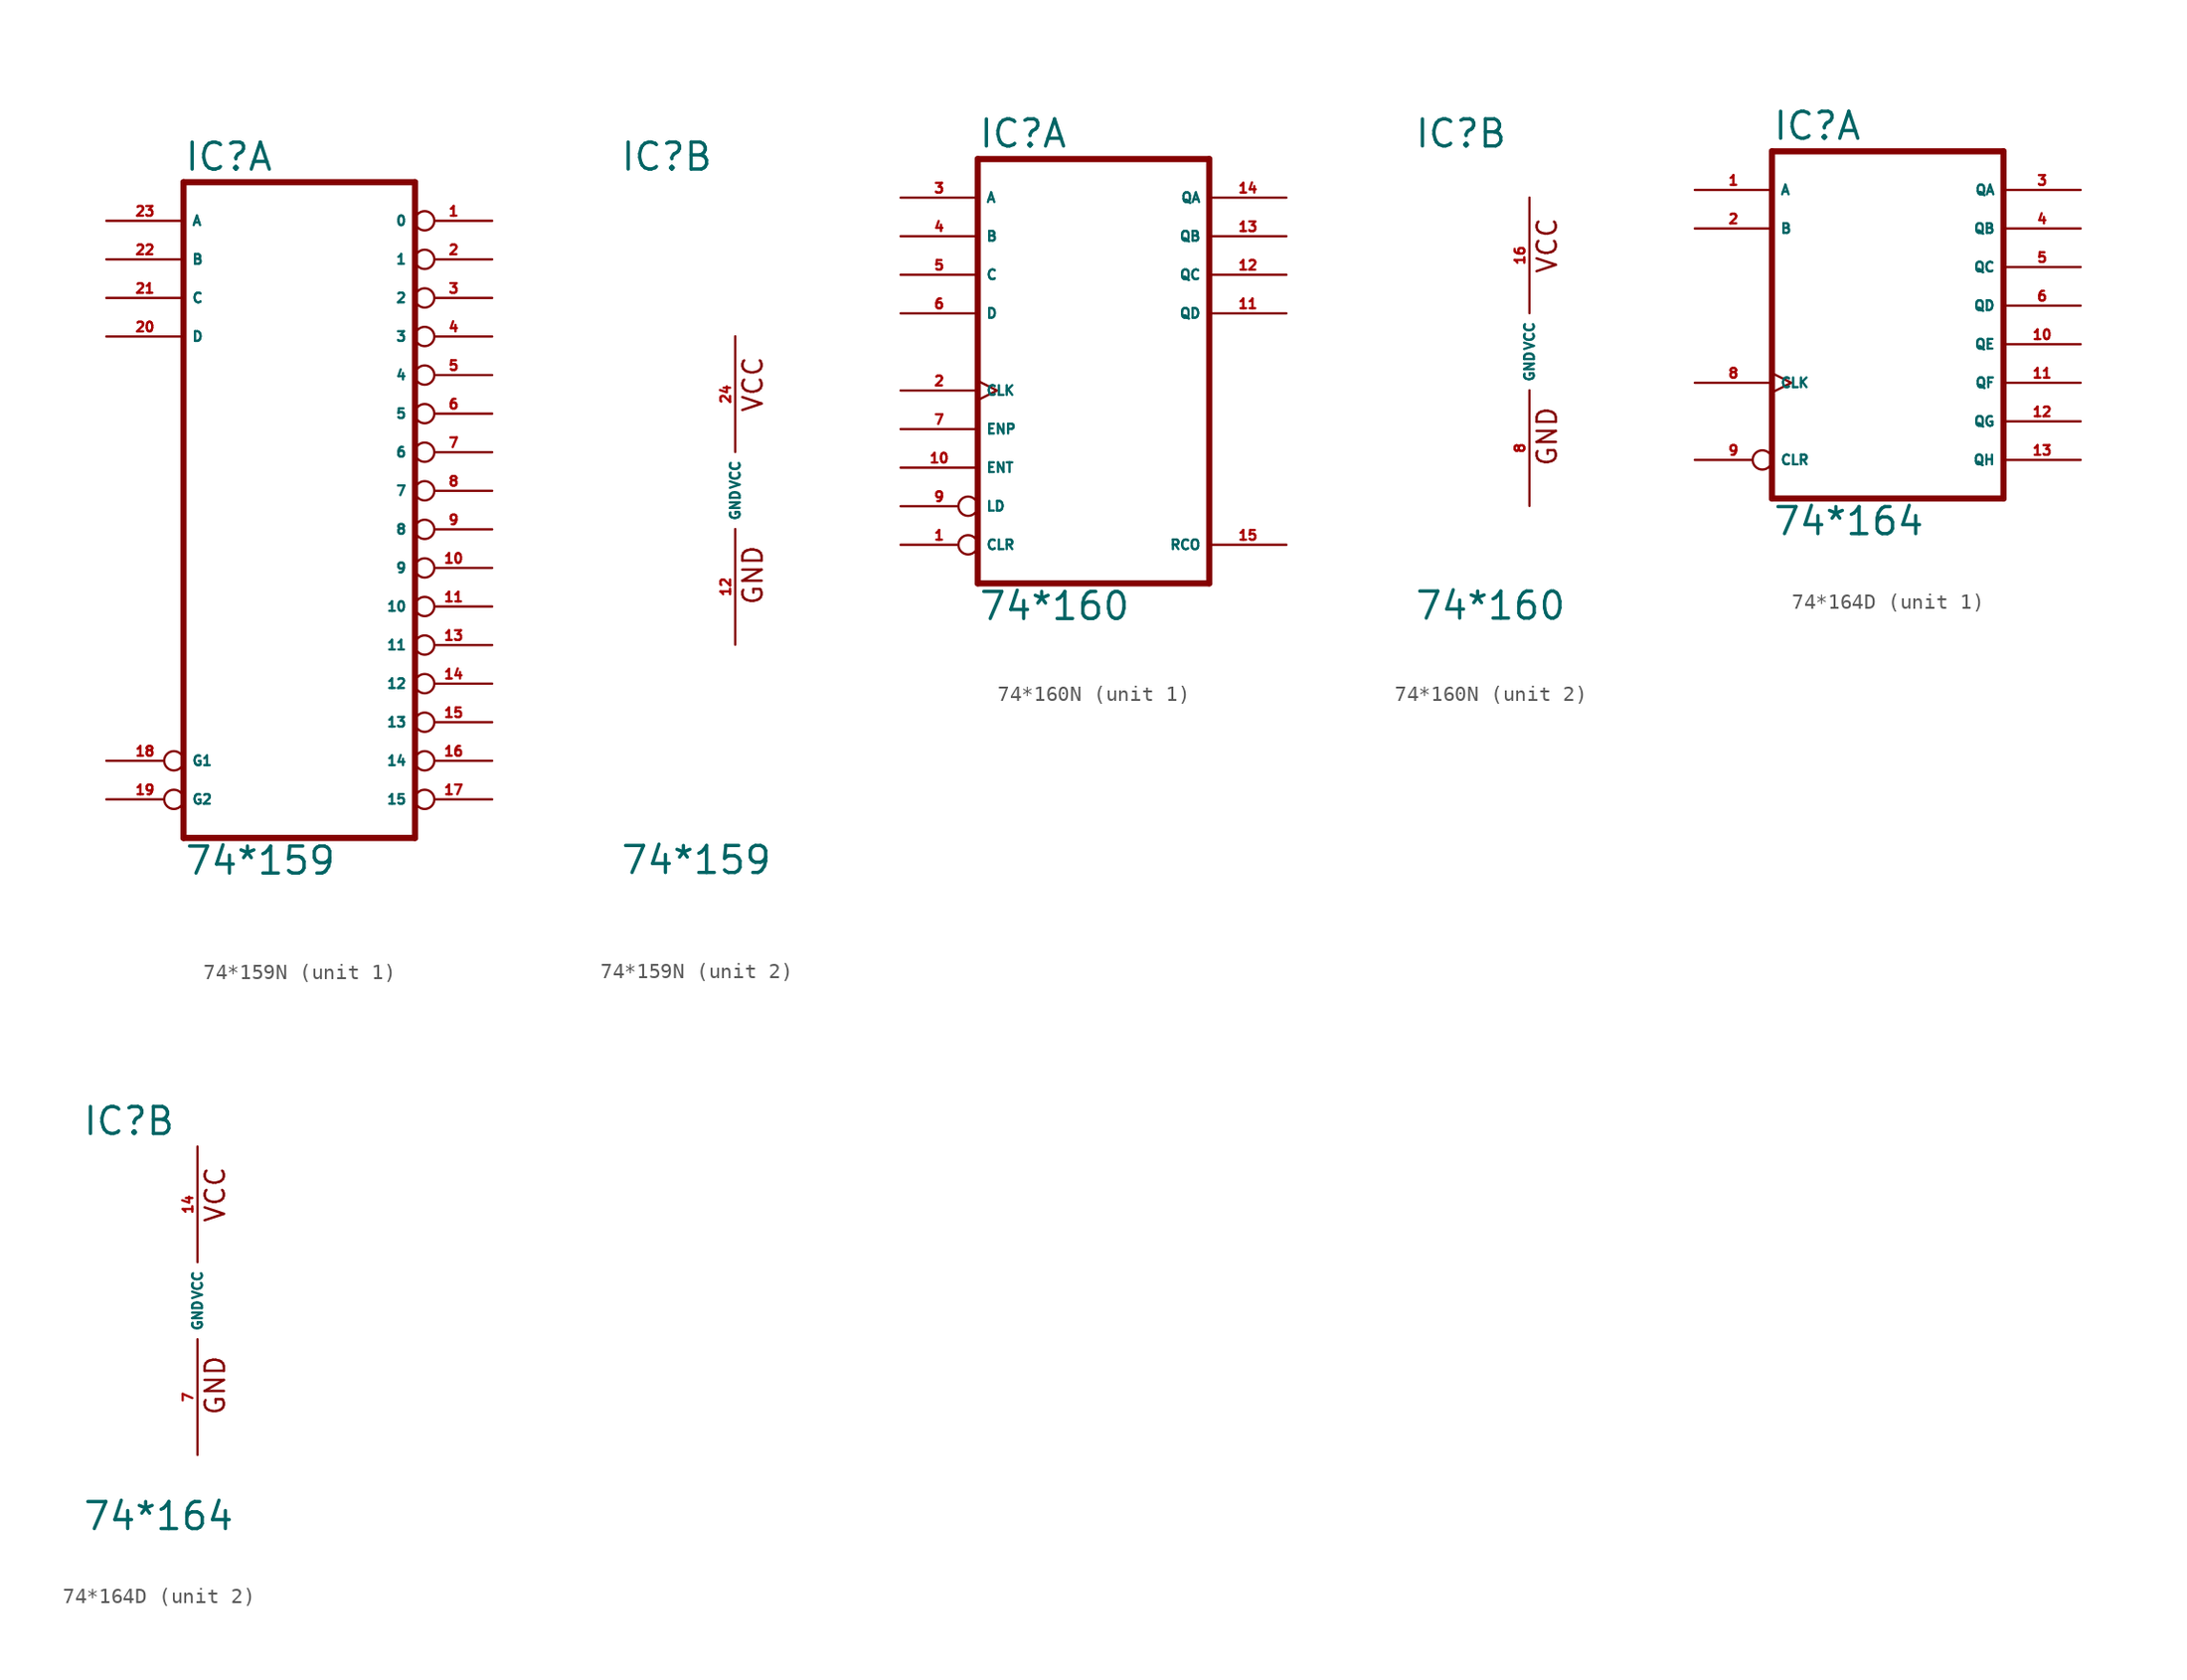
<source format=kicad_sym>
(kicad_symbol_lib
  (version 20220914)
  (generator Eagle2Kicad)
  (symbol "74*159N"
    (property "Reference" "IC"
      (at -7.62 20.955 0)
      (effects (font (size 1.778 1.778) (thickness 0.22)) (justify left bottom)))
    (property "Value" "74*159"
      (at -7.62 -25.4 0)
      (effects (font (size 1.778 1.778) (thickness 0.22)) (justify left bottom)))
    (symbol "74*159N_1_0"
      (polyline (pts (xy -7.62 -22.86) (xy 7.62 -22.86)) (stroke (width 0.406) (type default)) (fill (type none)))
      (polyline (pts (xy 7.62 -22.86) (xy 7.62 20.32)) (stroke (width 0.406) (type default)) (fill (type none)))
      (polyline (pts (xy 7.62 20.32) (xy -7.62 20.32)) (stroke (width 0.406) (type default)) (fill (type none)))
      (polyline (pts (xy -7.62 20.32) (xy -7.62 -22.86)) (stroke (width 0.406) (type default)) (fill (type none)))
      (pin open_collector inverted (at 12.7 17.78 180) (length 5.08) (name "0" (effects (font (size 0.635 0.635) (thickness 0.08)) (justify left bottom))) (number "1" (effects (font (size 0.635 0.635) (thickness 0.08)) (justify left bottom))))
      (pin open_collector inverted (at 12.7 15.24 180) (length 5.08) (name "1" (effects (font (size 0.635 0.635) (thickness 0.08)) (justify left bottom))) (number "2" (effects (font (size 0.635 0.635) (thickness 0.08)) (justify left bottom))))
      (pin open_collector inverted (at 12.7 12.7 180) (length 5.08) (name "2" (effects (font (size 0.635 0.635) (thickness 0.08)) (justify left bottom))) (number "3" (effects (font (size 0.635 0.635) (thickness 0.08)) (justify left bottom))))
      (pin open_collector inverted (at 12.7 10.16 180) (length 5.08) (name "3" (effects (font (size 0.635 0.635) (thickness 0.08)) (justify left bottom))) (number "4" (effects (font (size 0.635 0.635) (thickness 0.08)) (justify left bottom))))
      (pin open_collector inverted (at 12.7 7.62 180) (length 5.08) (name "4" (effects (font (size 0.635 0.635) (thickness 0.08)) (justify left bottom))) (number "5" (effects (font (size 0.635 0.635) (thickness 0.08)) (justify left bottom))))
      (pin open_collector inverted (at 12.7 5.08 180) (length 5.08) (name "5" (effects (font (size 0.635 0.635) (thickness 0.08)) (justify left bottom))) (number "6" (effects (font (size 0.635 0.635) (thickness 0.08)) (justify left bottom))))
      (pin open_collector inverted (at 12.7 2.54 180) (length 5.08) (name "6" (effects (font (size 0.635 0.635) (thickness 0.08)) (justify left bottom))) (number "7" (effects (font (size 0.635 0.635) (thickness 0.08)) (justify left bottom))))
      (pin open_collector inverted (at 12.7 0 180) (length 5.08) (name "7" (effects (font (size 0.635 0.635) (thickness 0.08)) (justify left bottom))) (number "8" (effects (font (size 0.635 0.635) (thickness 0.08)) (justify left bottom))))
      (pin open_collector inverted (at 12.7 -2.54 180) (length 5.08) (name "8" (effects (font (size 0.635 0.635) (thickness 0.08)) (justify left bottom))) (number "9" (effects (font (size 0.635 0.635) (thickness 0.08)) (justify left bottom))))
      (pin open_collector inverted (at 12.7 -5.08 180) (length 5.08) (name "9" (effects (font (size 0.635 0.635) (thickness 0.08)) (justify left bottom))) (number "10" (effects (font (size 0.635 0.635) (thickness 0.08)) (justify left bottom))))
      (pin open_collector inverted (at 12.7 -7.62 180) (length 5.08) (name "10" (effects (font (size 0.635 0.635) (thickness 0.08)) (justify left bottom))) (number "11" (effects (font (size 0.635 0.635) (thickness 0.08)) (justify left bottom))))
      (pin open_collector inverted (at 12.7 -10.16 180) (length 5.08) (name "11" (effects (font (size 0.635 0.635) (thickness 0.08)) (justify left bottom))) (number "13" (effects (font (size 0.635 0.635) (thickness 0.08)) (justify left bottom))))
      (pin open_collector inverted (at 12.7 -12.7 180) (length 5.08) (name "12" (effects (font (size 0.635 0.635) (thickness 0.08)) (justify left bottom))) (number "14" (effects (font (size 0.635 0.635) (thickness 0.08)) (justify left bottom))))
      (pin open_collector inverted (at 12.7 -15.24 180) (length 5.08) (name "13" (effects (font (size 0.635 0.635) (thickness 0.08)) (justify left bottom))) (number "15" (effects (font (size 0.635 0.635) (thickness 0.08)) (justify left bottom))))
      (pin open_collector inverted (at 12.7 -17.78 180) (length 5.08) (name "14" (effects (font (size 0.635 0.635) (thickness 0.08)) (justify left bottom))) (number "16" (effects (font (size 0.635 0.635) (thickness 0.08)) (justify left bottom))))
      (pin open_collector inverted (at 12.7 -20.32 180) (length 5.08) (name "15" (effects (font (size 0.635 0.635) (thickness 0.08)) (justify left bottom))) (number "17" (effects (font (size 0.635 0.635) (thickness 0.08)) (justify left bottom))))
      (pin input inverted (at -12.7 -17.78 0) (length 5.08) (name "G1" (effects (font (size 0.635 0.635) (thickness 0.08)) (justify left bottom))) (number "18" (effects (font (size 0.635 0.635) (thickness 0.08)) (justify left bottom))))
      (pin input inverted (at -12.7 -20.32 0) (length 5.08) (name "G2" (effects (font (size 0.635 0.635) (thickness 0.08)) (justify left bottom))) (number "19" (effects (font (size 0.635 0.635) (thickness 0.08)) (justify left bottom))))
      (pin input line (at -12.7 10.16 0) (length 5.08) (name "D" (effects (font (size 0.635 0.635) (thickness 0.08)) (justify left bottom))) (number "20" (effects (font (size 0.635 0.635) (thickness 0.08)) (justify left bottom))))
      (pin input line (at -12.7 12.7 0) (length 5.08) (name "C" (effects (font (size 0.635 0.635) (thickness 0.08)) (justify left bottom))) (number "21" (effects (font (size 0.635 0.635) (thickness 0.08)) (justify left bottom))))
      (pin input line (at -12.7 15.24 0) (length 5.08) (name "B" (effects (font (size 0.635 0.635) (thickness 0.08)) (justify left bottom))) (number "22" (effects (font (size 0.635 0.635) (thickness 0.08)) (justify left bottom))))
      (pin input line (at -12.7 17.78 0) (length 5.08) (name "A" (effects (font (size 0.635 0.635) (thickness 0.08)) (justify left bottom))) (number "23" (effects (font (size 0.635 0.635) (thickness 0.08)) (justify left bottom)))))
    (symbol "74*159N_2_0"
      (text "GND" (at 1.905 -7.62 900) (effects (font (size 1.27 1.27) (thickness 0.16)) (justify left bottom)))
      (text "VCC" (at 1.905 5.08 900) (effects (font (size 1.27 1.27) (thickness 0.16)) (justify left bottom)))
      (pin unspecified line (at 0 -10.16 90) (length 7.62) (name "GND" (effects (font (size 0.635 0.635) (thickness 0.08)) (justify left bottom))) (number "12" (effects (font (size 0.635 0.635) (thickness 0.08)) (justify left bottom))))
      (pin unspecified line (at 0 10.16 270) (length 7.62) (name "VCC" (effects (font (size 0.635 0.635) (thickness 0.08)) (justify left bottom))) (number "24" (effects (font (size 0.635 0.635) (thickness 0.08)) (justify left bottom))))))
  (symbol "74*160N"
    (property "Reference" "IC"
      (at -7.62 13.335 0)
      (effects (font (size 1.778 1.778) (thickness 0.22)) (justify left bottom)))
    (property "Value" "74*160"
      (at -7.62 -17.78 0)
      (effects (font (size 1.778 1.778) (thickness 0.22)) (justify left bottom)))
    (symbol "74*160N_1_0"
      (polyline (pts (xy -7.62 -15.24) (xy 7.62 -15.24)) (stroke (width 0.406) (type default)) (fill (type none)))
      (polyline (pts (xy 7.62 -15.24) (xy 7.62 12.7)) (stroke (width 0.406) (type default)) (fill (type none)))
      (polyline (pts (xy 7.62 12.7) (xy -7.62 12.7)) (stroke (width 0.406) (type default)) (fill (type none)))
      (polyline (pts (xy -7.62 12.7) (xy -7.62 -15.24)) (stroke (width 0.406) (type default)) (fill (type none)))
      (pin input inverted (at -12.7 -12.7 0) (length 5.08) (name "CLR" (effects (font (size 0.635 0.635) (thickness 0.08)) (justify left bottom))) (number "1" (effects (font (size 0.635 0.635) (thickness 0.08)) (justify left bottom))))
      (pin input clock (at -12.7 -2.54 0) (length 5.08) (name "CLK" (effects (font (size 0.635 0.635) (thickness 0.08)) (justify left bottom))) (number "2" (effects (font (size 0.635 0.635) (thickness 0.08)) (justify left bottom))))
      (pin input line (at -12.7 10.16 0) (length 5.08) (name "A" (effects (font (size 0.635 0.635) (thickness 0.08)) (justify left bottom))) (number "3" (effects (font (size 0.635 0.635) (thickness 0.08)) (justify left bottom))))
      (pin input line (at -12.7 7.62 0) (length 5.08) (name "B" (effects (font (size 0.635 0.635) (thickness 0.08)) (justify left bottom))) (number "4" (effects (font (size 0.635 0.635) (thickness 0.08)) (justify left bottom))))
      (pin input line (at -12.7 5.08 0) (length 5.08) (name "C" (effects (font (size 0.635 0.635) (thickness 0.08)) (justify left bottom))) (number "5" (effects (font (size 0.635 0.635) (thickness 0.08)) (justify left bottom))))
      (pin input line (at -12.7 2.54 0) (length 5.08) (name "D" (effects (font (size 0.635 0.635) (thickness 0.08)) (justify left bottom))) (number "6" (effects (font (size 0.635 0.635) (thickness 0.08)) (justify left bottom))))
      (pin input line (at -12.7 -5.08 0) (length 5.08) (name "ENP" (effects (font (size 0.635 0.635) (thickness 0.08)) (justify left bottom))) (number "7" (effects (font (size 0.635 0.635) (thickness 0.08)) (justify left bottom))))
      (pin input inverted (at -12.7 -10.16 0) (length 5.08) (name "LD" (effects (font (size 0.635 0.635) (thickness 0.08)) (justify left bottom))) (number "9" (effects (font (size 0.635 0.635) (thickness 0.08)) (justify left bottom))))
      (pin input line (at -12.7 -7.62 0) (length 5.08) (name "ENT" (effects (font (size 0.635 0.635) (thickness 0.08)) (justify left bottom))) (number "10" (effects (font (size 0.635 0.635) (thickness 0.08)) (justify left bottom))))
      (pin output line (at 12.7 2.54 180) (length 5.08) (name "QD" (effects (font (size 0.635 0.635) (thickness 0.08)) (justify left bottom))) (number "11" (effects (font (size 0.635 0.635) (thickness 0.08)) (justify left bottom))))
      (pin output line (at 12.7 5.08 180) (length 5.08) (name "QC" (effects (font (size 0.635 0.635) (thickness 0.08)) (justify left bottom))) (number "12" (effects (font (size 0.635 0.635) (thickness 0.08)) (justify left bottom))))
      (pin output line (at 12.7 7.62 180) (length 5.08) (name "QB" (effects (font (size 0.635 0.635) (thickness 0.08)) (justify left bottom))) (number "13" (effects (font (size 0.635 0.635) (thickness 0.08)) (justify left bottom))))
      (pin output line (at 12.7 10.16 180) (length 5.08) (name "QA" (effects (font (size 0.635 0.635) (thickness 0.08)) (justify left bottom))) (number "14" (effects (font (size 0.635 0.635) (thickness 0.08)) (justify left bottom))))
      (pin output line (at 12.7 -12.7 180) (length 5.08) (name "RCO" (effects (font (size 0.635 0.635) (thickness 0.08)) (justify left bottom))) (number "15" (effects (font (size 0.635 0.635) (thickness 0.08)) (justify left bottom)))))
    (symbol "74*160N_2_0"
      (text "GND" (at 1.905 -7.62 900) (effects (font (size 1.27 1.27) (thickness 0.16)) (justify left bottom)))
      (text "VCC" (at 1.905 5.08 900) (effects (font (size 1.27 1.27) (thickness 0.16)) (justify left bottom)))
      (pin unspecified line (at 0 -10.16 90) (length 7.62) (name "GND" (effects (font (size 0.635 0.635) (thickness 0.08)) (justify left bottom))) (number "8" (effects (font (size 0.635 0.635) (thickness 0.08)) (justify left bottom))))
      (pin unspecified line (at 0 10.16 270) (length 7.62) (name "VCC" (effects (font (size 0.635 0.635) (thickness 0.08)) (justify left bottom))) (number "16" (effects (font (size 0.635 0.635) (thickness 0.08)) (justify left bottom))))))
  (symbol "74*164D"
    (property "Reference" "IC"
      (at -7.62 10.795 0)
      (effects (font (size 1.778 1.778) (thickness 0.22)) (justify left bottom)))
    (property "Value" "74*164"
      (at -7.62 -15.24 0)
      (effects (font (size 1.778 1.778) (thickness 0.22)) (justify left bottom)))
    (symbol "74*164D_1_0"
      (polyline (pts (xy -7.62 -12.7) (xy 7.62 -12.7)) (stroke (width 0.406) (type default)) (fill (type none)))
      (polyline (pts (xy 7.62 -12.7) (xy 7.62 10.16)) (stroke (width 0.406) (type default)) (fill (type none)))
      (polyline (pts (xy 7.62 10.16) (xy -7.62 10.16)) (stroke (width 0.406) (type default)) (fill (type none)))
      (polyline (pts (xy -7.62 10.16) (xy -7.62 -12.7)) (stroke (width 0.406) (type default)) (fill (type none)))
      (pin input line (at -12.7 7.62 0) (length 5.08) (name "A" (effects (font (size 0.635 0.635) (thickness 0.08)) (justify left bottom))) (number "1" (effects (font (size 0.635 0.635) (thickness 0.08)) (justify left bottom))))
      (pin input line (at -12.7 5.08 0) (length 5.08) (name "B" (effects (font (size 0.635 0.635) (thickness 0.08)) (justify left bottom))) (number "2" (effects (font (size 0.635 0.635) (thickness 0.08)) (justify left bottom))))
      (pin output line (at 12.7 7.62 180) (length 5.08) (name "QA" (effects (font (size 0.635 0.635) (thickness 0.08)) (justify left bottom))) (number "3" (effects (font (size 0.635 0.635) (thickness 0.08)) (justify left bottom))))
      (pin output line (at 12.7 5.08 180) (length 5.08) (name "QB" (effects (font (size 0.635 0.635) (thickness 0.08)) (justify left bottom))) (number "4" (effects (font (size 0.635 0.635) (thickness 0.08)) (justify left bottom))))
      (pin output line (at 12.7 2.54 180) (length 5.08) (name "QC" (effects (font (size 0.635 0.635) (thickness 0.08)) (justify left bottom))) (number "5" (effects (font (size 0.635 0.635) (thickness 0.08)) (justify left bottom))))
      (pin output line (at 12.7 0 180) (length 5.08) (name "QD" (effects (font (size 0.635 0.635) (thickness 0.08)) (justify left bottom))) (number "6" (effects (font (size 0.635 0.635) (thickness 0.08)) (justify left bottom))))
      (pin input clock (at -12.7 -5.08 0) (length 5.08) (name "CLK" (effects (font (size 0.635 0.635) (thickness 0.08)) (justify left bottom))) (number "8" (effects (font (size 0.635 0.635) (thickness 0.08)) (justify left bottom))))
      (pin input inverted (at -12.7 -10.16 0) (length 5.08) (name "CLR" (effects (font (size 0.635 0.635) (thickness 0.08)) (justify left bottom))) (number "9" (effects (font (size 0.635 0.635) (thickness 0.08)) (justify left bottom))))
      (pin output line (at 12.7 -2.54 180) (length 5.08) (name "QE" (effects (font (size 0.635 0.635) (thickness 0.08)) (justify left bottom))) (number "10" (effects (font (size 0.635 0.635) (thickness 0.08)) (justify left bottom))))
      (pin output line (at 12.7 -5.08 180) (length 5.08) (name "QF" (effects (font (size 0.635 0.635) (thickness 0.08)) (justify left bottom))) (number "11" (effects (font (size 0.635 0.635) (thickness 0.08)) (justify left bottom))))
      (pin output line (at 12.7 -7.62 180) (length 5.08) (name "QG" (effects (font (size 0.635 0.635) (thickness 0.08)) (justify left bottom))) (number "12" (effects (font (size 0.635 0.635) (thickness 0.08)) (justify left bottom))))
      (pin output line (at 12.7 -10.16 180) (length 5.08) (name "QH" (effects (font (size 0.635 0.635) (thickness 0.08)) (justify left bottom))) (number "13" (effects (font (size 0.635 0.635) (thickness 0.08)) (justify left bottom)))))
    (symbol "74*164D_2_0"
      (text "GND" (at 1.905 -7.62 900) (effects (font (size 1.27 1.27) (thickness 0.16)) (justify left bottom)))
      (text "VCC" (at 1.905 5.08 900) (effects (font (size 1.27 1.27) (thickness 0.16)) (justify left bottom)))
      (pin unspecified line (at 0 -10.16 90) (length 7.62) (name "GND" (effects (font (size 0.635 0.635) (thickness 0.08)) (justify left bottom))) (number "7" (effects (font (size 0.635 0.635) (thickness 0.08)) (justify left bottom))))
      (pin unspecified line (at 0 10.16 270) (length 7.62) (name "VCC" (effects (font (size 0.635 0.635) (thickness 0.08)) (justify left bottom))) (number "14" (effects (font (size 0.635 0.635) (thickness 0.08)) (justify left bottom)))))))
</source>
